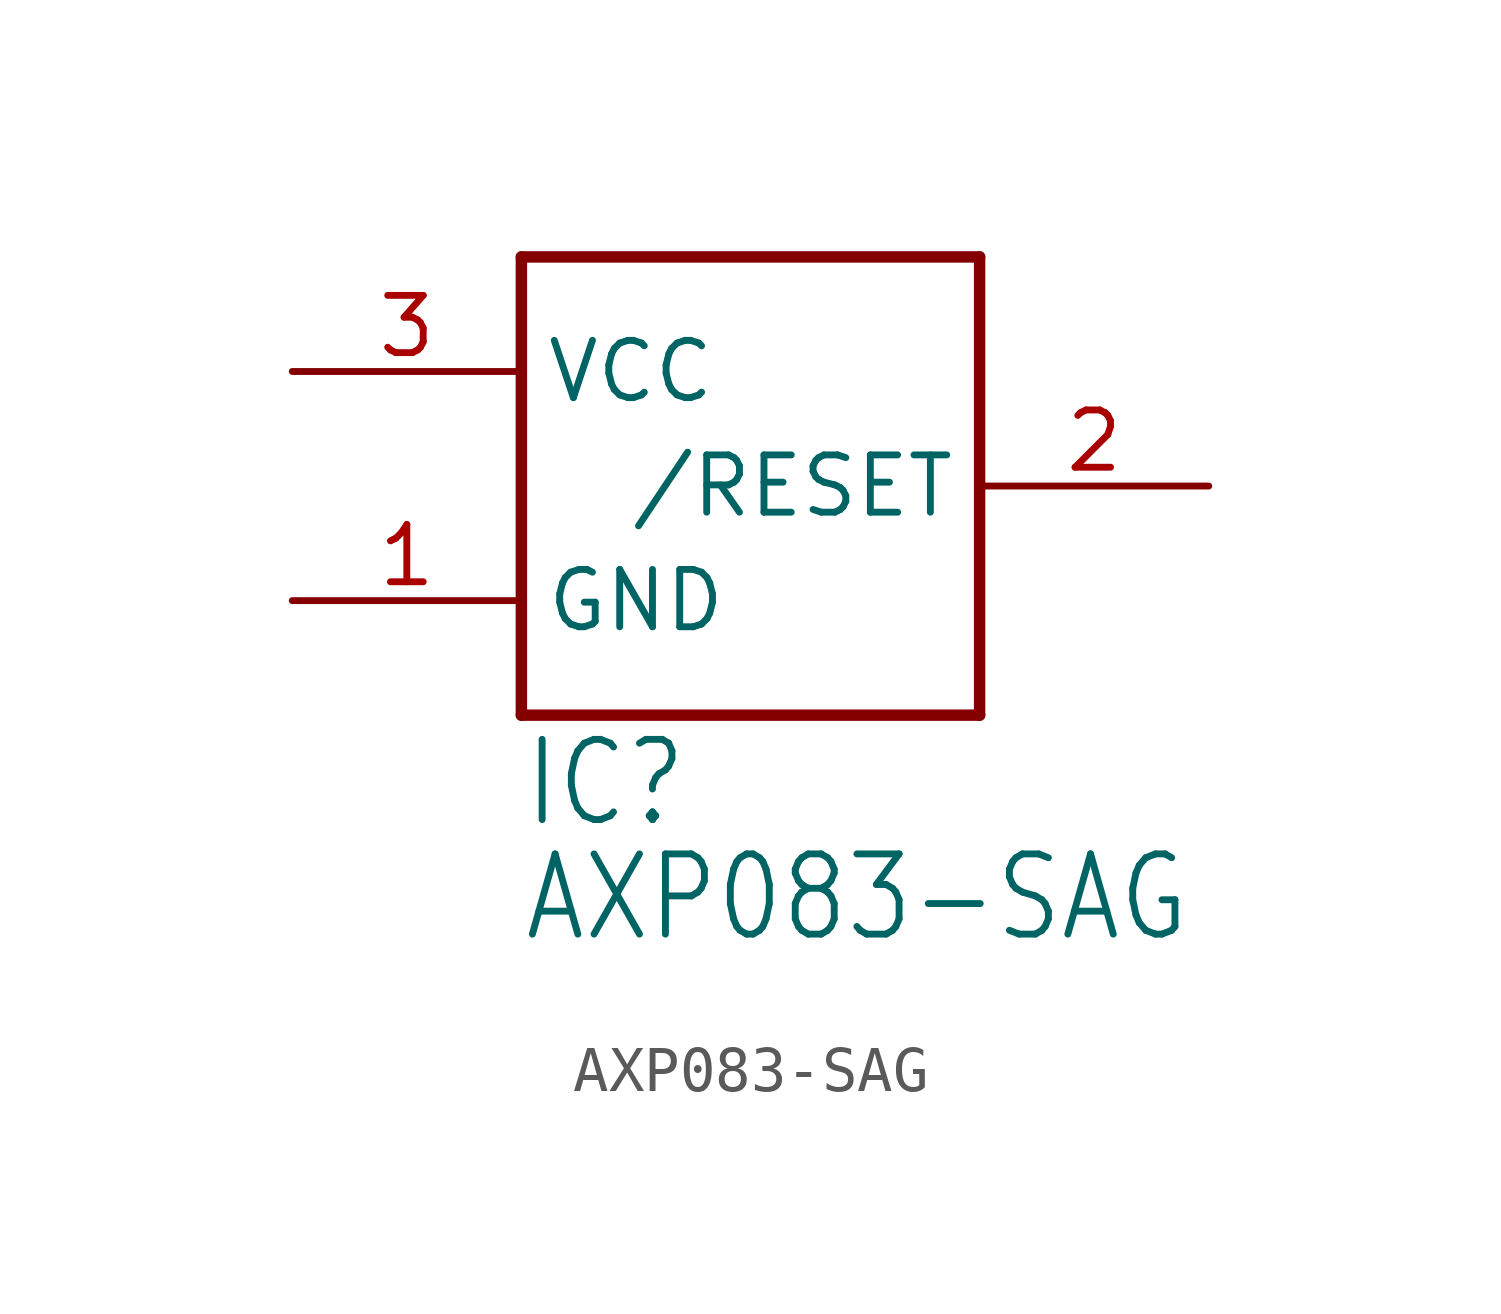
<source format=kicad_sym>
(kicad_symbol_lib
  (version 20211014)
  (generator kicad_symbol_editor)
  (symbol "AXP083-SAG"
    (property "Reference" "IC"
      (at -5.08 -7.62 0)
      (effects (font (size 1.778 1.511)) (justify left bottom)))
    (property "Value" "AXP083-SAG"
      (at -5.08 -10.16 0)
      (effects (font (size 1.778 1.511)) (justify left bottom)))
    (property "ki_locked" ""
      (at 0 0 0)
      (effects (font (size 1.27 1.27))))
    (symbol "AXP083-SAG_1_0"
      (polyline (pts (xy -5.08 -5.08) (xy -5.08 5.08)) (stroke (width 0.254) (type default) (color 0 0 0 0)) (fill (type none)))
      (polyline (pts (xy -5.08 5.08) (xy 5.08 5.08)) (stroke (width 0.254) (type default) (color 0 0 0 0)) (fill (type none)))
      (polyline (pts (xy 5.08 -5.08) (xy -5.08 -5.08)) (stroke (width 0.254) (type default) (color 0 0 0 0)) (fill (type none)))
      (polyline (pts (xy 5.08 5.08) (xy 5.08 -5.08)) (stroke (width 0.254) (type default) (color 0 0 0 0)) (fill (type none)))
      (pin power_in line (at -10.16 -2.54 0) (length 5.08) (name "GND" (effects (font (size 1.27 1.27)))) (number "1" (effects (font (size 1.27 1.27)))))
      (pin output line (at 10.16 0 180) (length 5.08) (name "/RESET" (effects (font (size 1.27 1.27)))) (number "2" (effects (font (size 1.27 1.27)))))
      (pin power_in line (at -10.16 2.54 0) (length 5.08) (name "VCC" (effects (font (size 1.27 1.27)))) (number "3" (effects (font (size 1.27 1.27))))))))
</source>
